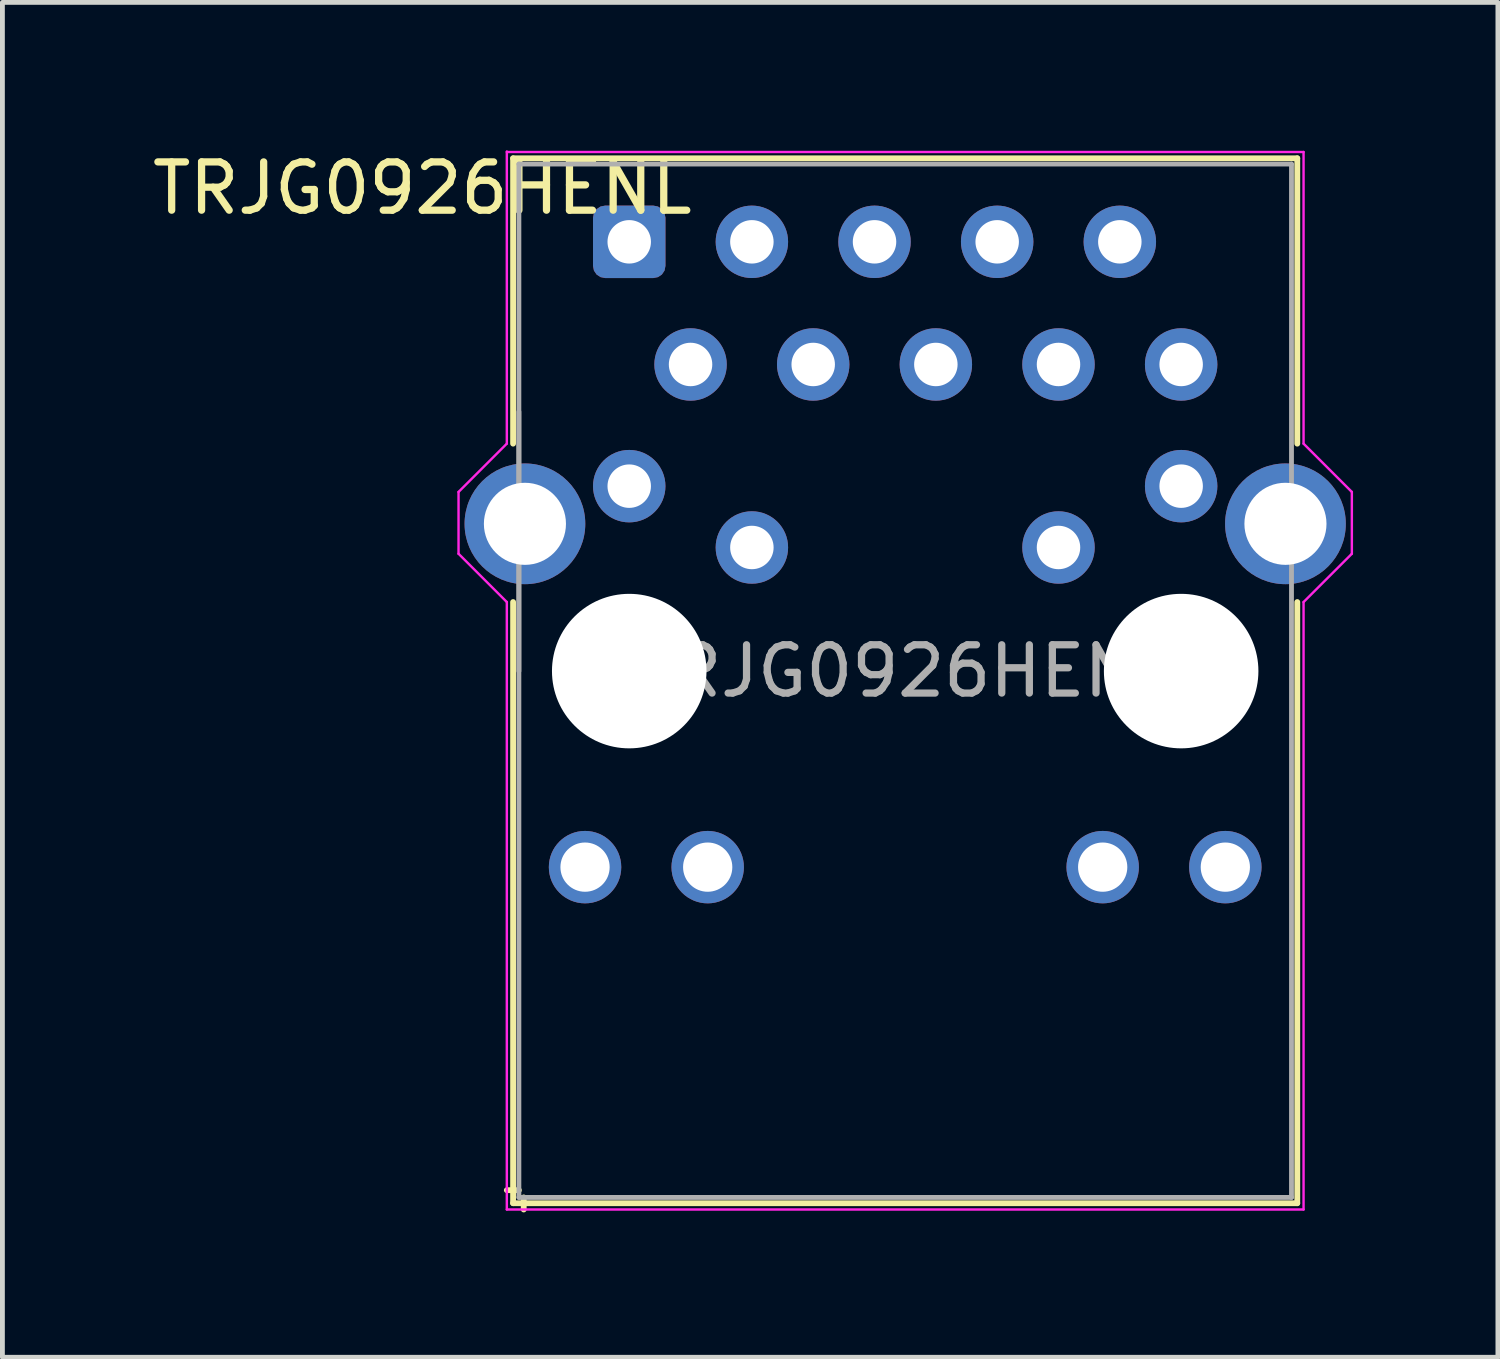
<source format=kicad_pcb>
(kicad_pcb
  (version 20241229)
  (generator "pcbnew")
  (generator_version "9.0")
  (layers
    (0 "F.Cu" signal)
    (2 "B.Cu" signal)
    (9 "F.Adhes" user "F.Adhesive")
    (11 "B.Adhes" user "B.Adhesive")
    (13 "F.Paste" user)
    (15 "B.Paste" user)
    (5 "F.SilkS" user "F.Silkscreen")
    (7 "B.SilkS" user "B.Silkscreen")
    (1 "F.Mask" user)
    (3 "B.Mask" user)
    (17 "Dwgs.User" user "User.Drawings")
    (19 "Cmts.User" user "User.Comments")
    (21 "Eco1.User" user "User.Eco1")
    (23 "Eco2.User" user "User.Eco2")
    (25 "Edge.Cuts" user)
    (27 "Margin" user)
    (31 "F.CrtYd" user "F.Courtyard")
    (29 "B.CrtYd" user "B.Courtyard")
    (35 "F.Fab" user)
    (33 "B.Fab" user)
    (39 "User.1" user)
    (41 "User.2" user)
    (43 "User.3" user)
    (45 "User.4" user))
  (footprint "TRJG0926HENL"
    (layer "F.Cu")
    (at 15.696 10.848)
    (property "Reference" "TRJG0926HENL" (at -10 -10 0) (layer "F.SilkS") (effects (font (size 1 1) (thickness 0.15))))
    (attr through_hole)
    (fp_line (start -8.12 -10.62) (end -8.12 -4.71) (stroke (width 0.12) (type solid)) (layer "F.SilkS"))
    (fp_line (start -8.12 -10.62) (end 8.12 -10.62) (stroke (width 0.12) (type solid)) (layer "F.SilkS"))
    (fp_line (start -8.12 -1.43) (end -8.12 11.02) (stroke (width 0.12) (type solid)) (layer "F.SilkS"))
    (fp_line (start -8 10.75) (end -8.25 10.75) (stroke (width 0.12) (type solid)) (layer "F.SilkS"))
    (fp_line (start -7.9 10.9) (end -7.9 11.15) (stroke (width 0.12) (type solid)) (layer "F.SilkS"))
    (fp_line (start 8.12 -10.62) (end 8.12 -4.71) (stroke (width 0.12) (type solid)) (layer "F.SilkS"))
    (fp_line (start 8.12 -1.43) (end 8.12 11.02) (stroke (width 0.12) (type solid)) (layer "F.SilkS"))
    (fp_line (start 8.12 11.02) (end -8.12 11.02) (stroke (width 0.12) (type solid)) (layer "F.SilkS"))
    (fp_line (start -9.25 -2.43) (end -9.25 -3.71) (stroke (width 0.05) (type solid)) (layer "F.CrtYd"))
    (fp_line (start -9.25 -2.43) (end -8.25 -1.43) (stroke (width 0.05) (type solid)) (layer "F.CrtYd"))
    (fp_line (start -8.25 -10.75) (end 8.25 -10.75) (stroke (width 0.05) (type solid)) (layer "F.CrtYd"))
    (fp_line (start -8.25 -4.71) (end -9.25 -3.71) (stroke (width 0.05) (type solid)) (layer "F.CrtYd"))
    (fp_line (start -8.25 -4.71) (end -8.25 -10.76) (stroke (width 0.05) (type solid)) (layer "F.CrtYd"))
    (fp_line (start -8.25 -1.43) (end -8.25 11.15) (stroke (width 0.05) (type solid)) (layer "F.CrtYd"))
    (fp_line (start -8.25 11.15) (end 8.25 11.15) (stroke (width 0.05) (type solid)) (layer "F.CrtYd"))
    (fp_line (start 8.25 -4.71) (end 8.25 -10.75) (stroke (width 0.05) (type solid)) (layer "F.CrtYd"))
    (fp_line (start 8.25 -4.71) (end 9.25 -3.71) (stroke (width 0.05) (type solid)) (layer "F.CrtYd"))
    (fp_line (start 8.25 -1.43) (end 8.25 11.15) (stroke (width 0.05) (type solid)) (layer "F.CrtYd"))
    (fp_line (start 9.25 -2.43) (end 8.25 -1.43) (stroke (width 0.05) (type solid)) (layer "F.CrtYd"))
    (fp_line (start 9.25 -2.43) (end 9.25 -3.71) (stroke (width 0.05) (type solid)) (layer "F.CrtYd"))
    (fp_line (start -8 -10.5) (end -8 0) (stroke (width 0.1) (type solid)) (layer "F.Fab"))
    (fp_line (start -8 -10.5) (end 8 -10.5) (stroke (width 0.1) (type solid)) (layer "F.Fab"))
    (fp_line (start -8 -5.37) (end -8 10.9) (stroke (width 0.1) (type solid)) (layer "F.Fab"))
    (fp_line (start -8 10.9) (end 8 10.9) (stroke (width 0.1) (type solid)) (layer "F.Fab"))
    (fp_line (start 8 -10.5) (end 8 10.9) (stroke (width 0.1) (type solid)) (layer "F.Fab"))
    (fp_text user "${REFERENCE}" (at 0 0 0) (layer "F.Fab") (effects (font (size 1 1) (thickness 0.15))))
    (pad "" np_thru_hole circle (at -5.715 0) (size 3.2 3.2) (drill 3.2) (layers "*.Cu" "*.Mask"))
    (pad "" np_thru_hole circle (at 5.715 0) (size 3.2 3.2) (drill 3.2) (layers "*.Cu" "*.Mask"))
    (pad "1" thru_hole roundrect (at -5.715 -8.89) (size 1.5 1.5) (drill 0.9) (layers "*.Cu" "*.Mask") (roundrect_rratio 0.167))
    (pad "2" thru_hole circle (at -4.445 -6.35) (size 1.5 1.5) (drill 0.9) (layers "*.Cu" "*.Mask"))
    (pad "3" thru_hole circle (at -3.175 -8.89) (size 1.5 1.5) (drill 0.9) (layers "*.Cu" "*.Mask"))
    (pad "4" thru_hole circle (at -1.905 -6.35) (size 1.5 1.5) (drill 0.9) (layers "*.Cu" "*.Mask"))
    (pad "5" thru_hole circle (at -0.635 -8.89) (size 1.5 1.5) (drill 0.9) (layers "*.Cu" "*.Mask"))
    (pad "6" thru_hole circle (at 0.635 -6.35 90) (size 1.5 1.5) (drill 0.9) (layers "*.Cu" "*.Mask"))
    (pad "7" thru_hole circle (at 1.905 -8.89) (size 1.5 1.5) (drill 0.9) (layers "*.Cu" "*.Mask"))
    (pad "8" thru_hole circle (at 3.175 -6.35) (size 1.5 1.5) (drill 0.9) (layers "*.Cu" "*.Mask"))
    (pad "9" thru_hole circle (at 4.445 -8.89) (size 1.5 1.5) (drill 0.9) (layers "*.Cu" "*.Mask"))
    (pad "10" thru_hole circle (at 5.715 -6.35) (size 1.5 1.5) (drill 0.9) (layers "*.Cu" "*.Mask"))
    (pad "11" thru_hole circle (at -5.715 -3.83) (size 1.5 1.5) (drill 0.9) (layers "*.Cu" "*.Mask"))
    (pad "12" thru_hole circle (at -3.175 -2.56) (size 1.5 1.5) (drill 0.9) (layers "*.Cu" "*.Mask"))
    (pad "13" thru_hole circle (at 3.175 -2.56) (size 1.5 1.5) (drill 0.9) (layers "*.Cu" "*.Mask"))
    (pad "14" thru_hole circle (at 5.715 -3.83) (size 1.5 1.5) (drill 0.9) (layers "*.Cu" "*.Mask"))
    (pad "15" thru_hole circle (at -6.63 4.06) (size 1.5 1.5) (drill 1.02) (layers "*.Cu" "*.Mask"))
    (pad "16" thru_hole circle (at -4.09 4.06) (size 1.5 1.5) (drill 1.02) (layers "*.Cu" "*.Mask"))
    (pad "17" thru_hole circle (at 4.09 4.06) (size 1.5 1.5) (drill 1.02) (layers "*.Cu" "*.Mask"))
    (pad "18" thru_hole circle (at 6.63 4.06) (size 1.5 1.5) (drill 1.02) (layers "*.Cu" "*.Mask"))
    (pad "19" thru_hole circle (at -7.875 -3.05) (size 2.5 2.5) (drill 1.7) (layers "*.Cu" "*.Mask"))
    (pad "20" thru_hole circle (at 7.875 -3.05) (size 2.5 2.5) (drill 1.7) (layers "*.Cu" "*.Mask")))
  (gr_rect
    (start -3 -3)
    (end 27.971 25.058)
    (stroke (width 0.1) (type default))
    (fill no)
    (layer "Edge.Cuts")))
</source>
